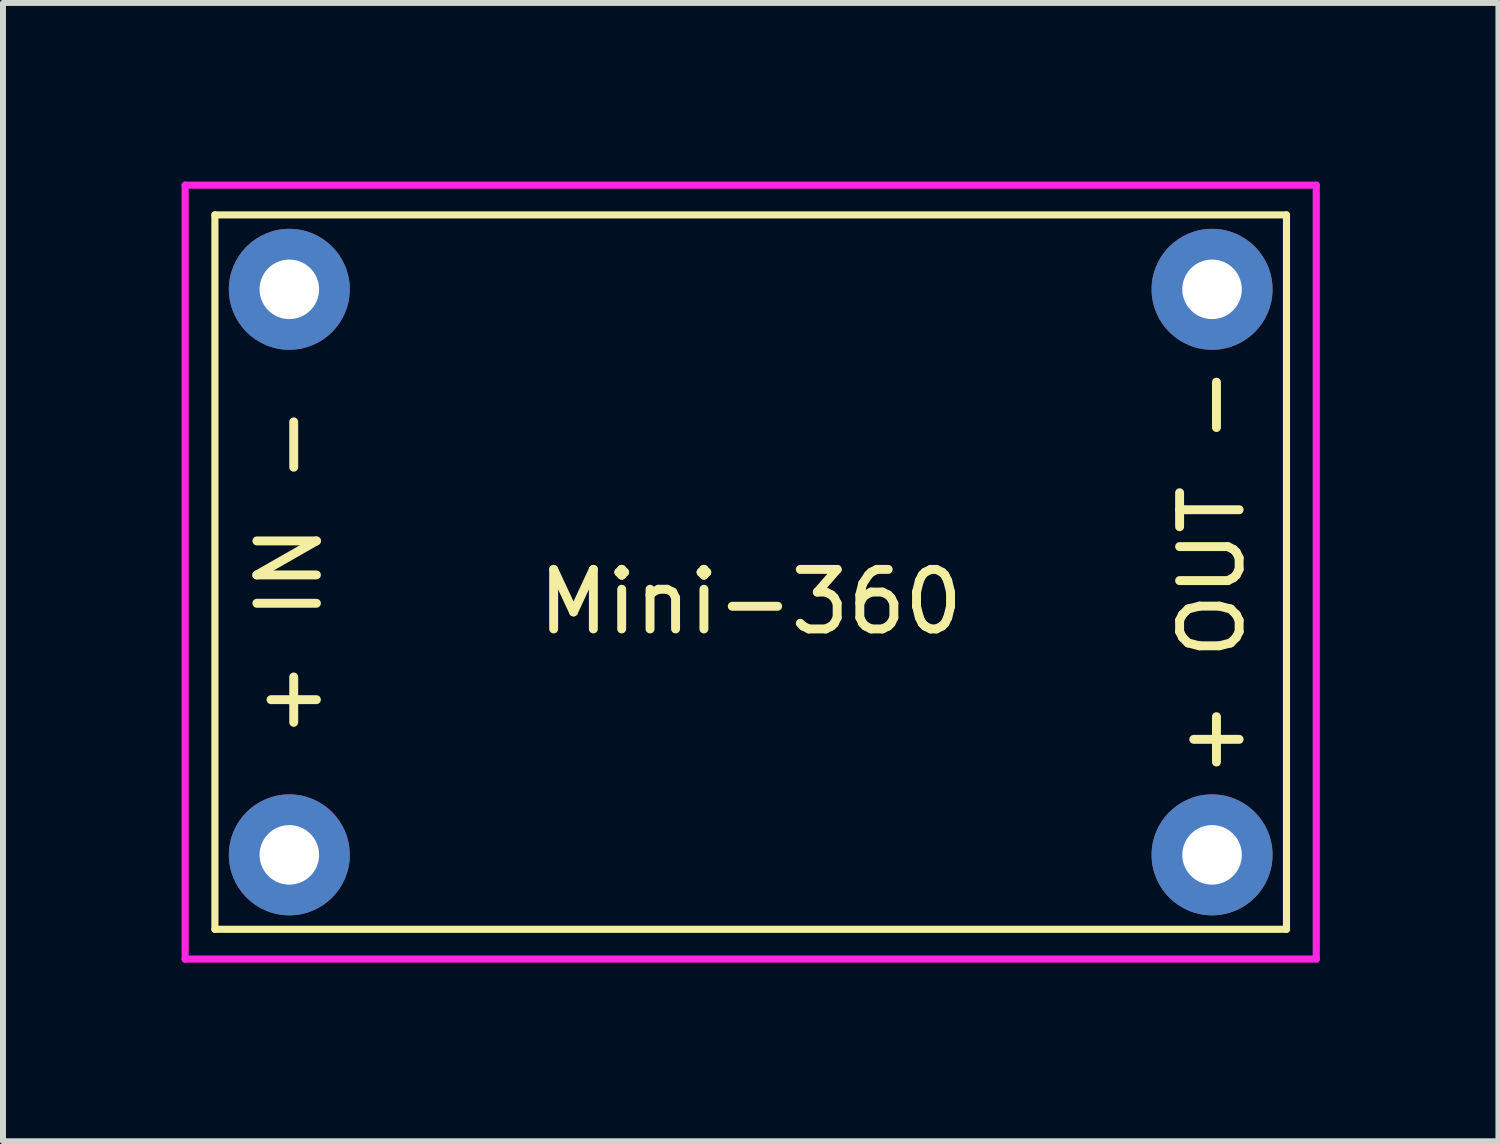
<source format=kicad_pcb>
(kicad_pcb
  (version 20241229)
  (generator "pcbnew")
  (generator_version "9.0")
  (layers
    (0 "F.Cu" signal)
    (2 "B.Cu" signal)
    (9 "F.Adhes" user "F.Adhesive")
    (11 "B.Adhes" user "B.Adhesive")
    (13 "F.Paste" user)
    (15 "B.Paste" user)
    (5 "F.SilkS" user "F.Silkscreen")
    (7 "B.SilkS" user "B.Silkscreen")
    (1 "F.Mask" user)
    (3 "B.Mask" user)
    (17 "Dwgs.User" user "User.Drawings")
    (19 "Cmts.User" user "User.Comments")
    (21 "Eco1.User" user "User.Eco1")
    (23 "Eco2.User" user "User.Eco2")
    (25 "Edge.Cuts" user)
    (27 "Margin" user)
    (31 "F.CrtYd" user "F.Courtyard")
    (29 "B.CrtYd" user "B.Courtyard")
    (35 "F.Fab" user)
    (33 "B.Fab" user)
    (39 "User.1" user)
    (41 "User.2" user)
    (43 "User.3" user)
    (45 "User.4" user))
  (footprint "Mini-360"
    (layer "F.Cu")
    (at 9.56 6.56)
    (property "Reference" "Mini-360" (at 0 0.5 0) (layer "F.SilkS") (effects (font (size 1 1) (thickness 0.15))))
    (attr through_hole)
    (fp_line (start -9 -6) (end 9 -6) (stroke (width 0.12) (type solid)) (layer "F.SilkS"))
    (fp_line (start -9 6) (end -9 -6) (stroke (width 0.12) (type solid)) (layer "F.SilkS"))
    (fp_line (start 9 -6) (end 9 6) (stroke (width 0.12) (type solid)) (layer "F.SilkS"))
    (fp_line (start 9 6) (end -9 6) (stroke (width 0.12) (type solid)) (layer "F.SilkS"))
    (fp_line (start -9.5 -6.5) (end 9.5 -6.5) (stroke (width 0.12) (type solid)) (layer "F.CrtYd"))
    (fp_line (start -9.5 6.5) (end -9.5 -6.5) (stroke (width 0.12) (type solid)) (layer "F.CrtYd"))
    (fp_line (start 9.5 -6.5) (end 9.5 6.5) (stroke (width 0.12) (type solid)) (layer "F.CrtYd"))
    (fp_line (start 9.5 6.5) (end -9.5 6.5) (stroke (width 0.12) (type solid)) (layer "F.CrtYd"))
    (fp_text user "+ IN -" (at -7.75 0 90) (layer "F.SilkS") (effects (font (size 1 1) (thickness 0.15))))
    (fp_text user "+ OUT -" (at 7.75 0 270) (layer "F.SilkS") (effects (font (size 1 1) (thickness 0.15))))
    (pad "1" thru_hole circle (at -7.75 4.75) (size 2.032 2.032) (drill 1) (layers "*.Cu" "*.Mask"))
    (pad "2" thru_hole circle (at -7.75 -4.75) (size 2.032 2.032) (drill 1) (layers "*.Cu" "*.Mask"))
    (pad "3" thru_hole circle (at 7.75 4.75) (size 2.032 2.032) (drill 1) (layers "*.Cu" "*.Mask"))
    (pad "4" thru_hole circle (at 7.75 -4.75) (size 2.032 2.032) (drill 1) (layers "*.Cu" "*.Mask")))
  (gr_rect
    (start -3 -3)
    (end 22.12 16.12)
    (stroke (width 0.1) (type default))
    (fill no)
    (layer "Edge.Cuts")))
</source>
